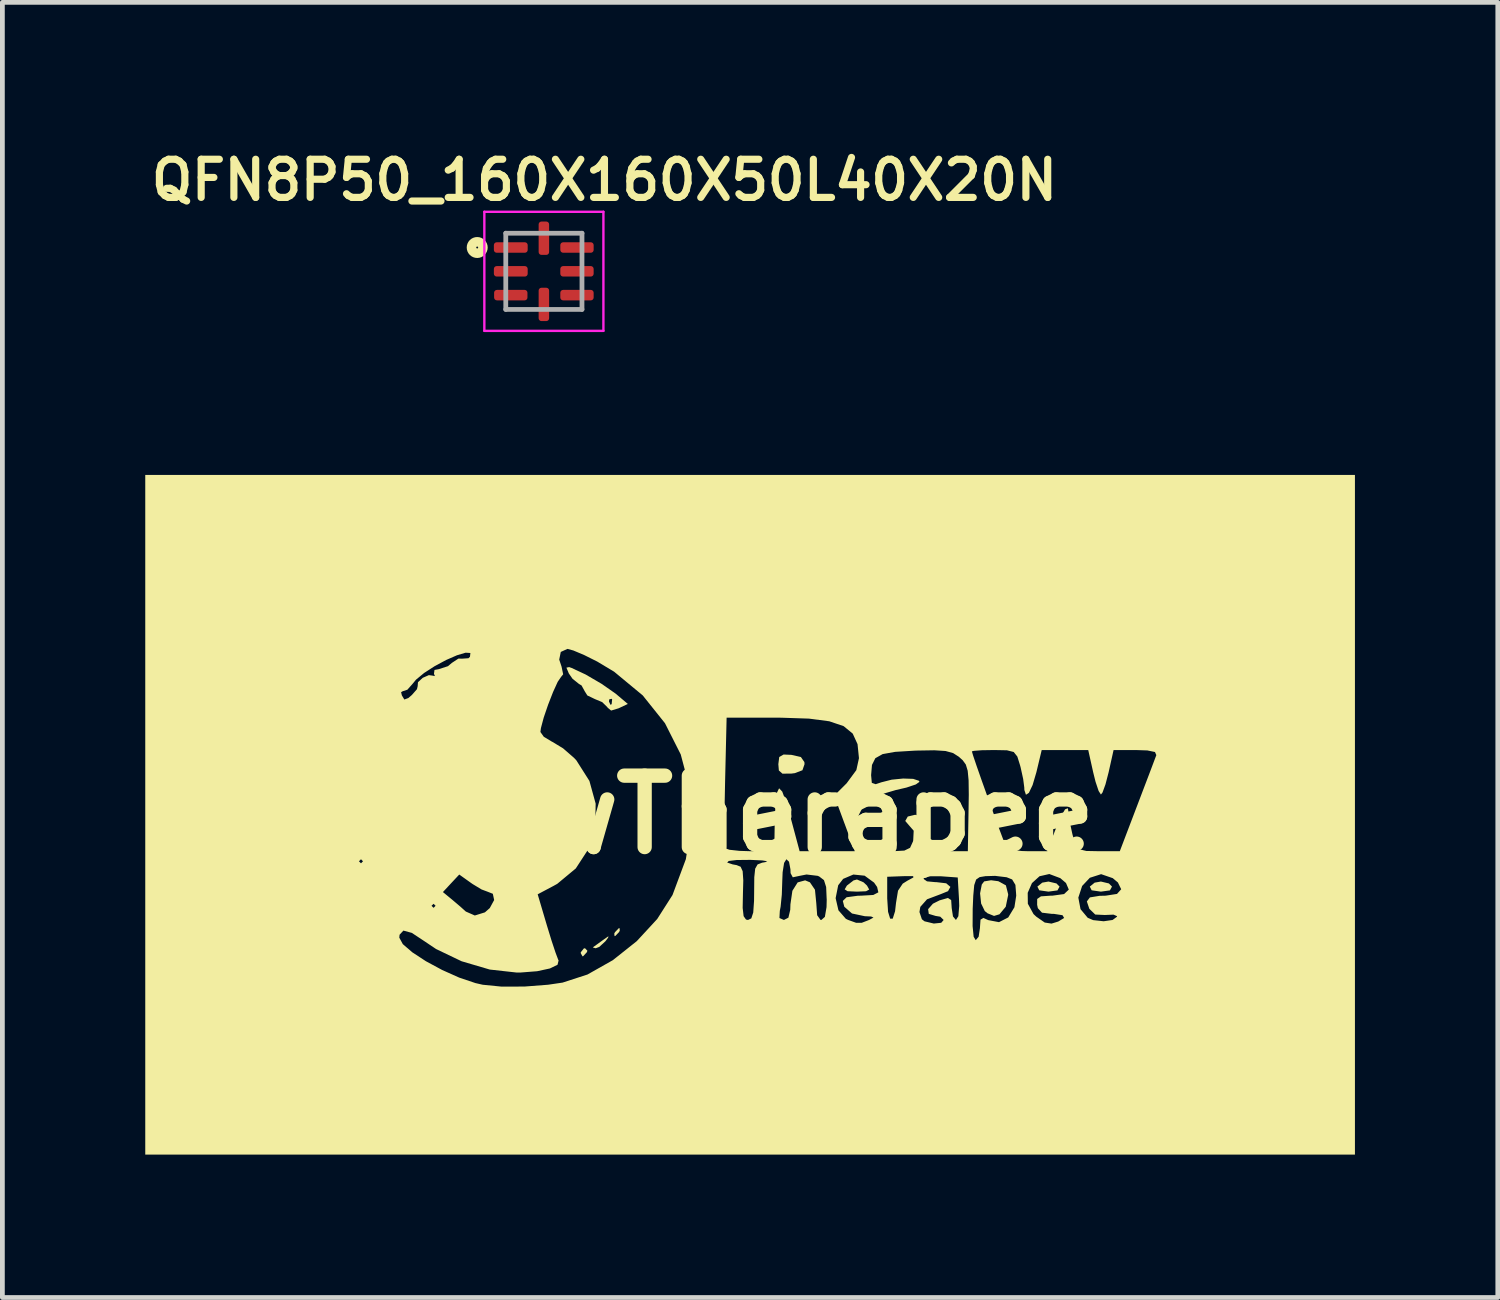
<source format=kicad_pcb>
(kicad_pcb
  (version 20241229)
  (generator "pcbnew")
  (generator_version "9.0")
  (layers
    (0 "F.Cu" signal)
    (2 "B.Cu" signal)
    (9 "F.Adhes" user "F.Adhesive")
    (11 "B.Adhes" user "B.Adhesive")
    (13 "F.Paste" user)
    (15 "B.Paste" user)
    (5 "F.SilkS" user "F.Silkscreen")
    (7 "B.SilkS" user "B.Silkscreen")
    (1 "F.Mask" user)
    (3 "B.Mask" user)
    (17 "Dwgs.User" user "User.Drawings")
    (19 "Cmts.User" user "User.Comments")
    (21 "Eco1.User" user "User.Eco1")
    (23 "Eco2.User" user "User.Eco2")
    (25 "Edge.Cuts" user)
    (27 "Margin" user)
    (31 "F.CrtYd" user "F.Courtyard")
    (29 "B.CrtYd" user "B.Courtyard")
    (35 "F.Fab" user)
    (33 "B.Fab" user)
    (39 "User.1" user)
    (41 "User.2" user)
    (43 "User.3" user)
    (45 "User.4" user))
  (footprint "RawTherapee"
    (layer "F.Cu")
    (at 12.7 14.058)
    (property "Reference" "RawTherapee" (at 0 0 0) (layer "F.SilkS") (effects (font (size 1.5 1.5) (thickness 0.3))))
    (attr board_only exclude_from_pos_files exclude_from_bom)
    (fp_poly (pts (xy -3.416 2.855) (xy -3.429 2.888) (xy -3.505 2.969) (xy -3.519 2.973) (xy -3.555 2.908) (xy -3.556 2.888) (xy -3.491 2.807) (xy -3.466 2.803)) (stroke (width 0) (type solid)) (fill yes) (layer "F.SilkS"))
    (fp_poly (pts (xy -2.736 2.433) (xy -2.752 2.464) (xy -2.831 2.545) (xy -2.846 2.548) (xy -2.852 2.494) (xy -2.836 2.464) (xy -2.757 2.382) (xy -2.742 2.379)) (stroke (width 0) (type solid)) (fill yes) (layer "F.SilkS"))
    (fp_poly (pts (xy 6.433 1.442) (xy 6.498 1.508) (xy 6.454 1.588) (xy 6.265 1.614) (xy 6.071 1.586) (xy 6.032 1.508) (xy 6.135 1.425) (xy 6.265 1.402)) (stroke (width 0) (type solid)) (fill yes) (layer "F.SilkS"))
    (fp_poly (pts (xy 7.534 1.442) (xy 7.599 1.508) (xy 7.555 1.588) (xy 7.366 1.614) (xy 7.172 1.586) (xy 7.133 1.508) (xy 7.235 1.425) (xy 7.366 1.402)) (stroke (width 0) (type solid)) (fill yes) (layer "F.SilkS"))
    (fp_poly (pts (xy -2.981 2.58) (xy -3.037 2.655) (xy -3.166 2.774) (xy -3.242 2.803) (xy -3.301 2.787) (xy -3.295 2.779) (xy -3.207 2.716) (xy -3.09 2.631) (xy -2.975 2.551)) (stroke (width 0) (type solid)) (fill yes) (layer "F.SilkS"))
    (fp_poly (pts (xy 2.383 1.419) (xy 2.455 1.487) (xy 2.501 1.57) (xy 2.434 1.606) (xy 2.244 1.614) (xy 2.045 1.605) (xy 1.986 1.566) (xy 2.032 1.487) (xy 2.171 1.379) (xy 2.244 1.359)) (stroke (width 0) (type solid)) (fill yes) (layer "F.SilkS"))
    (fp_poly (pts (xy 0.868 -1.258) (xy 1.067 -1.212) (xy 1.14 -1.106) (xy 1.143 -1.062) (xy 1.099 -0.935) (xy 0.939 -0.874) (xy 0.868 -0.865) (xy 0.679 -0.863) (xy 0.604 -0.93) (xy 0.593 -1.062) (xy 0.612 -1.213) (xy 0.703 -1.265)) (stroke (width 0) (type solid)) (fill yes) (layer "F.SilkS"))
    (fp_poly (pts (xy 5.212 1.395) (xy 5.371 1.482) (xy 5.418 1.666) (xy 5.419 1.684) (xy 5.368 1.931) (xy 5.236 2.09) (xy 5.122 2.124) (xy 4.986 2.069) (xy 4.928 2.022) (xy 4.851 1.863) (xy 4.829 1.65) (xy 4.865 1.464) (xy 4.915 1.399) (xy 5.06 1.375)) (stroke (width 0) (type solid)) (fill yes) (layer "F.SilkS"))
    (fp_poly (pts (xy -3.748 -3.083) (xy -3.453 -2.945) (xy -3.116 -2.748) (xy -2.824 -2.544) (xy -2.786 -2.512) (xy -2.567 -2.327) (xy -2.76 -2.236) (xy -2.918 -2.188) (xy -2.994 -2.251) (xy -2.997 -2.259) (xy -3.105 -2.365) (xy -3.138 -2.379) (xy -2.963 -2.379) (xy -2.932 -2.309) (xy -2.907 -2.322) (xy -2.897 -2.423) (xy -2.907 -2.435) (xy -2.957 -2.424) (xy -2.963 -2.379) (xy -3.138 -2.379) (xy -3.256 -2.428) (xy -3.417 -2.505) (xy -3.471 -2.591) (xy -3.539 -2.715) (xy -3.593 -2.747) (xy -3.728 -2.855) (xy -3.806 -2.967) (xy -3.857 -3.089) (xy -3.799 -3.101)) (stroke (width 0) (type solid)) (fill yes) (layer "F.SilkS"))
    (fp_poly (pts (xy 12.7 -0.000001) (xy 12.7 7.136) (xy 0 7.136) (xy -12.7 7.136) (xy -12.7 2.58) (xy -7.366 2.58) (xy -7.292 2.716) (xy -7.094 2.887) (xy -6.807 3.075) (xy -6.466 3.259) (xy -6.108 3.419) (xy -5.767 3.534) (xy -5.614 3.569) (xy -5.222 3.608) (xy -4.739 3.607) (xy -4.243 3.569) (xy -3.937 3.524) (xy -3.414 3.354) (xy -2.882 3.053) (xy -2.38 2.654) (xy -2.087 2.337) (xy 4.672 2.337) (xy 4.694 2.561) (xy 4.738 2.633) (xy 4.799 2.56) (xy 4.826 2.381) (xy 4.826 2.376) (xy 4.838 2.203) (xy 4.898 2.166) (xy 5.001 2.212) (xy 5.226 2.255) (xy 5.42 2.156) (xy 5.55 1.942) (xy 5.588 1.699) (xy 5.584 1.639) (xy 5.829 1.639) (xy 5.832 1.868) (xy 5.951 2.085) (xy 6.01 2.14) (xy 6.187 2.263) (xy 6.329 2.285) (xy 6.47 2.242) (xy 6.594 2.167) (xy 6.56 2.109) (xy 6.38 2.081) (xy 6.329 2.08) (xy 6.129 2.056) (xy 6.042 1.961) (xy 6.027 1.89) (xy 6.028 1.768) (xy 6.068 1.74) (xy 6.892 1.74) (xy 6.938 1.982) (xy 7.089 2.163) (xy 7.203 2.212) (xy 7.424 2.236) (xy 7.611 2.209) (xy 7.703 2.141) (xy 7.705 2.129) (xy 7.632 2.097) (xy 7.459 2.104) (xy 7.458 2.105) (xy 7.247 2.095) (xy 7.123 1.974) (xy 7.071 1.82) (xy 7.135 1.735) (xy 7.338 1.702) (xy 7.465 1.699) (xy 7.704 1.662) (xy 7.792 1.564) (xy 7.723 1.422) (xy 7.615 1.331) (xy 7.371 1.247) (xy 7.134 1.323) (xy 6.972 1.495) (xy 6.892 1.74) (xy 6.068 1.74) (xy 6.107 1.713) (xy 6.307 1.699) (xy 6.344 1.699) (xy 6.593 1.665) (xy 6.692 1.571) (xy 6.633 1.433) (xy 6.514 1.331) (xy 6.283 1.244) (xy 6.077 1.291) (xy 5.918 1.435) (xy 5.829 1.639) (xy 5.584 1.639) (xy 5.571 1.472) (xy 5.502 1.358) (xy 5.387 1.312) (xy 5.145 1.283) (xy 4.942 1.289) (xy 4.82 1.309) (xy 4.746 1.36) (xy 4.706 1.477) (xy 4.686 1.699) (xy 4.674 1.975) (xy 4.672 2.337) (xy -2.087 2.337) (xy -1.95 2.188) (xy -1.631 1.688) (xy -1.628 1.682) (xy -1.375 1.003) (xy -0.482 1.003) (xy -0.366 1.042) (xy -0.283 1.057) (xy -0.199 1.091) (xy -0.156 1.185) (xy -0.143 1.377) (xy -0.15 1.645) (xy -0.156 1.955) (xy -0.136 2.129) (xy -0.086 2.2) (xy -0.044 2.209) (xy 0.026 2.175) (xy 0.028 2.168) (xy 0.616 2.168) (xy 0.71 2.209) (xy 0.804 2.161) (xy 0.843 1.996) (xy 0.847 1.879) (xy 0.888 1.596) (xy 0.999 1.42) (xy 1.156 1.377) (xy 1.256 1.418) (xy 1.362 1.574) (xy 1.39 1.859) (xy 1.408 2.109) (xy 1.478 2.207) (xy 1.496 2.209) (xy 1.57 2.144) (xy 1.605 1.939) (xy 1.609 1.781) (xy 1.607 1.751) (xy 1.796 1.751) (xy 1.855 2.006) (xy 2.01 2.184) (xy 2.056 2.207) (xy 2.228 2.269) (xy 2.345 2.268) (xy 2.498 2.209) (xy 2.591 2.158) (xy 2.541 2.136) (xy 2.409 2.13) (xy 2.14 2.073) (xy 1.978 1.931) (xy 1.947 1.809) (xy 2.026 1.732) (xy 2.263 1.7) (xy 2.328 1.699) (xy 2.586 1.684) (xy 2.693 1.629) (xy 2.667 1.516) (xy 2.603 1.424) (xy 2.436 1.302) (xy 2.879 1.302) (xy 2.879 1.755) (xy 2.897 2.038) (xy 2.941 2.182) (xy 2.995 2.181) (xy 3.039 2.042) (xy 3.556 2.042) (xy 3.607 2.194) (xy 3.662 2.237) (xy 3.858 2.284) (xy 4.013 2.268) (xy 4.064 2.209) (xy 3.993 2.14) (xy 3.895 2.124) (xy 3.752 2.081) (xy 3.738 1.982) (xy 3.839 1.867) (xy 3.979 1.797) (xy 4.154 1.747) (xy 4.222 1.791) (xy 4.233 1.958) (xy 4.26 2.135) (xy 4.322 2.209) (xy 4.373 2.13) (xy 4.391 1.913) (xy 4.386 1.763) (xy 4.36 1.317) (xy 4 1.291) (xy 3.781 1.292) (xy 3.654 1.325) (xy 3.641 1.346) (xy 3.714 1.398) (xy 3.893 1.415) (xy 3.907 1.414) (xy 4.118 1.439) (xy 4.206 1.514) (xy 4.156 1.604) (xy 4.007 1.665) (xy 3.715 1.775) (xy 3.574 1.934) (xy 3.556 2.042) (xy 3.039 2.042) (xy 3.044 2.026) (xy 3.064 1.85) (xy 3.106 1.594) (xy 3.205 1.446) (xy 3.302 1.385) (xy 3.429 1.316) (xy 3.424 1.289) (xy 3.27 1.288) (xy 3.196 1.29) (xy 2.879 1.302) (xy 2.436 1.302) (xy 2.405 1.279) (xy 2.168 1.255) (xy 1.954 1.346) (xy 1.85 1.48) (xy 1.796 1.751) (xy 1.607 1.751) (xy 1.597 1.517) (xy 1.551 1.372) (xy 1.45 1.295) (xy 1.418 1.282) (xy 1.185 1.254) (xy 1.037 1.283) (xy 0.896 1.313) (xy 0.85 1.226) (xy 0.847 1.145) (xy 0.817 0.986) (xy 0.762 0.934) (xy 0.714 1.011) (xy 0.683 1.208) (xy 0.676 1.38) (xy 0.666 1.677) (xy 0.641 1.929) (xy 0.624 2.018) (xy 0.616 2.168) (xy 0.028 2.168) (xy 0.066 2.052) (xy 0.083 1.809) (xy 0.085 1.62) (xy 0.088 1.31) (xy 0.107 1.131) (xy 0.157 1.043) (xy 0.253 1.006) (xy 0.318 0.995) (xy 0.361 0.976) (xy 0.258 0.959) (xy 0.03 0.948) (xy 0.007 0.947) (xy -0.281 0.95) (xy -0.448 0.97) (xy -0.482 1.003) (xy -1.375 1.003) (xy -1.349 0.933) (xy -1.231 0.18) (xy -1.232 0.161) (xy -0.539 0.161) (xy -0.538 0.471) (xy -0.533 0.659) (xy -0.528 0.701) (xy -0.434 0.735) (xy -0.221 0.758) (xy 0.005 0.765) (xy 0.508 0.765) (xy 0.516 0.234) (xy 0.531 -0.197) (xy 0.562 -0.46) (xy 0.609 -0.556) (xy 0.675 -0.487) (xy 0.762 -0.253) (xy 0.841 0.022) (xy 1.04 0.765) (xy 1.619 0.765) (xy 2.198 0.765) (xy 1.983 0.184) (xy 2.258 0.184) (xy 2.331 0.469) (xy 2.539 0.664) (xy 2.868 0.758) (xy 3.006 0.765) (xy 3.239 0.752) (xy 3.359 0.694) (xy 3.419 0.562) (xy 3.425 0.537) (xy 3.435 0.335) (xy 3.348 0.235) (xy 3.258 0.13) (xy 3.311 0.037) (xy 3.466 -0.000001) (xy 3.559 0.023) (xy 3.593 0.122) (xy 3.582 0.338) (xy 3.577 0.382) (xy 3.534 0.765) (xy 4.053 0.765) (xy 4.572 0.765) (xy 4.585 0.021) (xy 4.592 -0.42) (xy 4.588 -0.724) (xy 4.569 -0.924) (xy 4.53 -1.054) (xy 4.464 -1.145) (xy 4.383 -1.218) (xy 4.263 -1.295) (xy 4.133 -1.331) (xy 4.657 -1.331) (xy 4.684 -1.239) (xy 4.756 -1.026) (xy 4.86 -0.729) (xy 4.982 -0.387) (xy 5.108 -0.038) (xy 5.225 0.281) (xy 5.319 0.531) (xy 5.376 0.675) (xy 5.385 0.694) (xy 5.488 0.735) (xy 5.702 0.761) (xy 5.835 0.765) (xy 6.242 0.765) (xy 6.392 0.361) (xy 6.517 0.055) (xy 6.613 -0.114) (xy 6.672 -0.137) (xy 6.689 -0.038) (xy 6.712 0.152) (xy 6.767 0.405) (xy 6.778 0.446) (xy 6.836 0.631) (xy 6.914 0.725) (xy 7.06 0.76) (xy 7.315 0.765) (xy 7.763 0.765) (xy 8.127 -0.191) (xy 8.272 -0.572) (xy 8.397 -0.9) (xy 8.487 -1.139) (xy 8.53 -1.253) (xy 8.501 -1.318) (xy 8.341 -1.351) (xy 8.101 -1.359) (xy 7.632 -1.359) (xy 7.528 -0.892) (xy 7.462 -0.638) (xy 7.4 -0.468) (xy 7.366 -0.425) (xy 7.318 -0.5) (xy 7.253 -0.695) (xy 7.204 -0.892) (xy 7.1 -1.359) (xy 6.611 -1.359) (xy 6.123 -1.359) (xy 6.011 -0.892) (xy 5.932 -0.624) (xy 5.854 -0.461) (xy 5.792 -0.42) (xy 5.759 -0.52) (xy 5.757 -0.573) (xy 5.734 -0.751) (xy 5.68 -0.997) (xy 5.668 -1.041) (xy 5.611 -1.223) (xy 5.535 -1.318) (xy 5.393 -1.354) (xy 5.132 -1.359) (xy 5.118 -1.359) (xy 4.865 -1.355) (xy 4.697 -1.342) (xy 4.657 -1.331) (xy 4.133 -1.331) (xy 4.105 -1.339) (xy 3.868 -1.354) (xy 3.508 -1.348) (xy 3.449 -1.346) (xy 3.046 -1.321) (xy 2.783 -1.274) (xy 2.63 -1.188) (xy 2.559 -1.046) (xy 2.541 -0.832) (xy 2.541 -0.83) (xy 2.556 -0.67) (xy 2.637 -0.642) (xy 2.757 -0.682) (xy 2.973 -0.737) (xy 3.214 -0.761) (xy 3.424 -0.754) (xy 3.545 -0.714) (xy 3.556 -0.691) (xy 3.48 -0.637) (xy 3.283 -0.571) (xy 3.059 -0.519) (xy 2.653 -0.399) (xy 2.397 -0.223) (xy 2.274 0.022) (xy 2.258 0.184) (xy 1.983 0.184) (xy 1.982 0.182) (xy 1.767 -0.401) (xy 2.027 -0.661) (xy 2.231 -0.938) (xy 2.286 -1.188) (xy 2.256 -1.483) (xy 2.155 -1.704) (xy 1.964 -1.861) (xy 1.663 -1.963) (xy 1.236 -2.019) (xy 0.662 -2.038) (xy 0.562 -2.039) (xy -0.493 -2.039) (xy -0.525 -0.701) (xy -0.534 -0.24) (xy -0.539 0.161) (xy -1.232 0.161) (xy -1.269 -0.559) (xy -1.456 -1.266) (xy -1.787 -1.922) (xy -2.255 -2.507) (xy -2.855 -3.004) (xy -3.21 -3.217) (xy -3.484 -3.354) (xy -3.712 -3.45) (xy -3.836 -3.483) (xy -3.975 -3.419) (xy -4.008 -3.258) (xy -3.959 -3.111) (xy -3.925 -2.949) (xy -3.969 -2.895) (xy -4.04 -2.791) (xy -4.137 -2.578) (xy -4.242 -2.309) (xy -4.334 -2.039) (xy -4.392 -1.821) (xy -4.403 -1.738) (xy -4.332 -1.638) (xy -4.161 -1.535) (xy -4.148 -1.529) (xy -3.927 -1.395) (xy -3.697 -1.195) (xy -3.649 -1.144) (xy -3.374 -0.711) (xy -3.243 -0.235) (xy -3.251 0.252) (xy -3.392 0.716) (xy -3.66 1.127) (xy -4.049 1.45) (xy -4.126 1.493) (xy -4.46 1.67) (xy -4.267 2.322) (xy -4.17 2.639) (xy -4.085 2.895) (xy -4.029 3.044) (xy -4.021 3.059) (xy -4.043 3.149) (xy -4.203 3.227) (xy -4.471 3.285) (xy -4.814 3.312) (xy -4.9 3.313) (xy -5.466 3.25) (xy -6.057 3.076) (xy -6.596 2.818) (xy -6.826 2.663) (xy -7.103 2.48) (xy -7.28 2.432) (xy -7.36 2.519) (xy -7.366 2.58) (xy -12.7 2.58) (xy -12.7 1.911) (xy -6.689 1.911) (xy -6.646 1.954) (xy -6.604 1.911) (xy -6.646 1.869) (xy -6.689 1.911) (xy -12.7 1.911) (xy -12.7 1.623) (xy -6.45 1.623) (xy -6.252 1.786) (xy -6.08 1.932) (xy -5.969 2.032) (xy -5.78 2.115) (xy -5.568 2.049) (xy -5.466 1.959) (xy -5.374 1.79) (xy -5.402 1.659) (xy -5.516 1.614) (xy -5.639 1.568) (xy -5.824 1.456) (xy -5.856 1.434) (xy -6.107 1.255) (xy -6.279 1.439) (xy -6.45 1.623) (xy -12.7 1.623) (xy -12.7 0.977) (xy -8.213 0.977) (xy -8.17 1.019) (xy -8.128 0.977) (xy -8.17 0.934) (xy -8.213 0.977) (xy -12.7 0.977) (xy -12.7 -0.000001) (xy -12.7 -2.574) (xy -7.328 -2.574) (xy -7.312 -2.507) (xy -7.26 -2.42) (xy -7.176 -2.451) (xy -7.101 -2.516) (xy -6.995 -2.637) (xy -6.98 -2.7) (xy -6.974 -2.783) (xy -6.873 -2.876) (xy -6.745 -2.932) (xy -6.676 -2.923) (xy -6.618 -2.912) (xy -6.638 -2.96) (xy -6.627 -3.041) (xy -6.535 -3.058) (xy -6.344 -3.12) (xy -6.262 -3.189) (xy -6.125 -3.279) (xy -6.043 -3.278) (xy -5.913 -3.287) (xy -5.882 -3.317) (xy -5.873 -3.397) (xy -5.974 -3.403) (xy -6.155 -3.349) (xy -6.382 -3.25) (xy -6.622 -3.121) (xy -6.844 -2.978) (xy -7.016 -2.836) (xy -7.077 -2.761) (xy -7.196 -2.626) (xy -7.289 -2.596) (xy -7.29 -2.596) (xy -7.328 -2.574) (xy -12.7 -2.574) (xy -12.7 -7.136) (xy 0 -7.136) (xy 12.7 -7.136)) (stroke (width 0) (type solid)) (fill yes) (layer "F.SilkS")))
  (footprint "QFN8P50_160X160X50L40X20N"
    (layer "F.Cu")
    (at 8.37 2.647)
    (property "Reference" "QFN8P50_160X160X50L40X20N" (at 1.272 -1.915 0) (layer "F.SilkS") (effects (font (size 0.801 0.801) (thickness 0.15))))
    (attr smd)
    (fp_circle (center -1.4 -0.5) (end -1.38 -0.5) (stroke (width 0.2) (type solid)) (fill no) (layer "F.SilkS"))
    (fp_line (start -1.25 -1.25) (end 1.25 -1.25) (stroke (width 0.05) (type solid)) (layer "F.CrtYd"))
    (fp_line (start -1.25 1.25) (end -1.25 -1.25) (stroke (width 0.05) (type solid)) (layer "F.CrtYd"))
    (fp_line (start 1.25 -1.25) (end 1.25 1.25) (stroke (width 0.05) (type solid)) (layer "F.CrtYd"))
    (fp_line (start 1.25 1.25) (end -1.25 1.25) (stroke (width 0.05) (type solid)) (layer "F.CrtYd"))
    (fp_line (start -0.8 -0.8) (end -0.8 0.8) (stroke (width 0.1) (type solid)) (layer "F.Fab"))
    (fp_line (start -0.8 -0.8) (end 0.8 -0.8) (stroke (width 0.1) (type solid)) (layer "F.Fab"))
    (fp_line (start -0.8 0.8) (end 0.8 0.8) (stroke (width 0.1) (type solid)) (layer "F.Fab"))
    (fp_line (start 0.8 -0.8) (end 0.8 0.8) (stroke (width 0.1) (type solid)) (layer "F.Fab"))
    (pad "1" smd roundrect (at -0.695 -0.5) (size 0.71 0.22) (layers "F.Cu" "F.Mask" "F.Paste") (roundrect_rratio 0.27))
    (pad "2" smd roundrect (at -0.695 0) (size 0.71 0.22) (layers "F.Cu" "F.Mask" "F.Paste") (roundrect_rratio 0.27))
    (pad "3" smd roundrect (at -0.695 0.5) (size 0.7 0.22) (layers "F.Cu" "F.Mask" "F.Paste") (roundrect_rratio 0.27))
    (pad "4" smd roundrect (at 0 0.695) (size 0.22 0.7) (layers "F.Cu" "F.Mask" "F.Paste") (roundrect_rratio 0.27))
    (pad "5" smd roundrect (at 0.695 0.5) (size 0.7 0.22) (layers "F.Cu" "F.Mask" "F.Paste") (roundrect_rratio 0.27))
    (pad "6" smd roundrect (at 0.695 0) (size 0.7 0.22) (layers "F.Cu" "F.Mask" "F.Paste") (roundrect_rratio 0.27))
    (pad "7" smd roundrect (at 0.695 -0.5) (size 0.7 0.22) (layers "F.Cu" "F.Mask" "F.Paste") (roundrect_rratio 0.27))
    (pad "8" smd roundrect (at 0 -0.695) (size 0.22 0.7) (layers "F.Cu" "F.Mask" "F.Paste") (roundrect_rratio 0.27)))
  (gr_rect
    (start -3 -3)
    (end 28.4 24.194)
    (stroke (width 0.1) (type default))
    (fill no)
    (layer "Edge.Cuts")))
</source>
